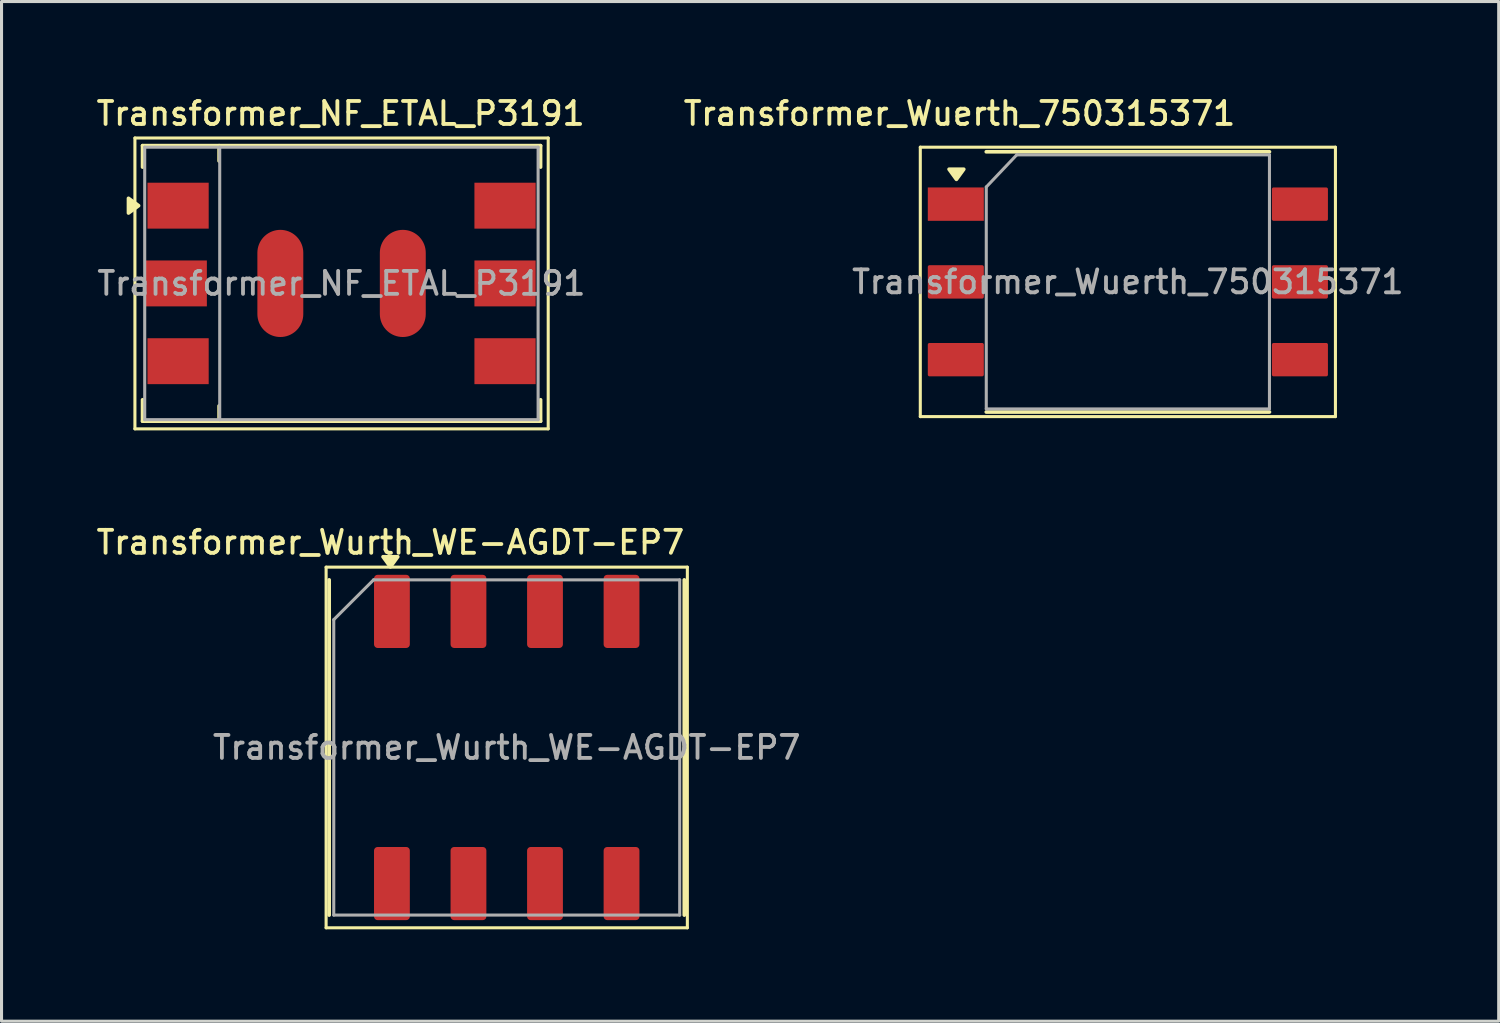
<source format=kicad_pcb>
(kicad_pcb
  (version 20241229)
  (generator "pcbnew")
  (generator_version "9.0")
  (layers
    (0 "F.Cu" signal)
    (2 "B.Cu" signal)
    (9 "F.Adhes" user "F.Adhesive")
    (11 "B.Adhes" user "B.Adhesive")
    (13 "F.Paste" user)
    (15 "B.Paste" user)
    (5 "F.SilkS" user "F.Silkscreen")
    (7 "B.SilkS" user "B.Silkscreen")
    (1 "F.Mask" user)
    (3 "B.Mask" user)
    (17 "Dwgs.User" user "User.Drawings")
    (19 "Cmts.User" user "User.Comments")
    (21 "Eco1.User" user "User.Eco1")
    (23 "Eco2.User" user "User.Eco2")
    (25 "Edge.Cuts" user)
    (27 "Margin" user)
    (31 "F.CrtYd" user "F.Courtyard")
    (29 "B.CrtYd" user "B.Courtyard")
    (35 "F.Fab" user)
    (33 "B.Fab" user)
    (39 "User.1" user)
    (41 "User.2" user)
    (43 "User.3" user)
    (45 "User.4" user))
  (footprint "Transformer_NF_ETAL_P3191"
    (layer "F.Cu")
    (at 8.077 6.208)
    (property "Reference" "Transformer_NF_ETAL_P3191" (at 0 -5.55 0) (layer "F.SilkS") (effects (font (size 0.75 0.75) (thickness 0.125))))
    (attr smd)
    (fp_line (start -6.72 -4.75) (end -6.72 4.75) (stroke (width 0.1) (type solid)) (layer "F.SilkS"))
    (fp_line (start -6.72 -4.75) (end 6.78 -4.75) (stroke (width 0.1) (type solid)) (layer "F.SilkS"))
    (fp_line (start -6.47 -4.5) (end -6.47 -3.8) (stroke (width 0.12) (type solid)) (layer "F.SilkS"))
    (fp_line (start -6.47 3.8) (end -6.47 4.5) (stroke (width 0.12) (type solid)) (layer "F.SilkS"))
    (fp_line (start -6.47 4.5) (end 6.53 4.5) (stroke (width 0.12) (type solid)) (layer "F.SilkS"))
    (fp_line (start -3.97 -4.5) (end -3.97 -4) (stroke (width 0.12) (type solid)) (layer "F.SilkS"))
    (fp_line (start -3.97 4.5) (end -3.97 4) (stroke (width 0.12) (type solid)) (layer "F.SilkS"))
    (fp_line (start 6.53 -4.5) (end -6.47 -4.5) (stroke (width 0.12) (type solid)) (layer "F.SilkS"))
    (fp_line (start 6.53 -4.5) (end 6.53 -3.8) (stroke (width 0.12) (type solid)) (layer "F.SilkS"))
    (fp_line (start 6.53 3.8) (end 6.53 4.5) (stroke (width 0.12) (type solid)) (layer "F.SilkS"))
    (fp_line (start 6.78 4.75) (end -6.72 4.75) (stroke (width 0.1) (type solid)) (layer "F.SilkS"))
    (fp_line (start 6.78 4.75) (end 6.78 -4.75) (stroke (width 0.1) (type solid)) (layer "F.SilkS"))
    (fp_poly (pts (xy -6.6 -2.54) (xy -6.93 -2.3) (xy -6.93 -2.78) (xy -6.6 -2.54)) (stroke (width 0.12) (type solid)) (fill yes) (layer "F.SilkS"))
    (fp_line (start -6.4 -4.45) (end -6.4 4.45) (stroke (width 0.1) (type solid)) (layer "F.Fab"))
    (fp_line (start -6.4 4.45) (end 6.45 4.45) (stroke (width 0.1) (type solid)) (layer "F.Fab"))
    (fp_line (start -3.95 -4.45) (end -3.95 4.45) (stroke (width 0.1) (type solid)) (layer "F.Fab"))
    (fp_line (start 6.45 -4.45) (end -6.4 -4.45) (stroke (width 0.1) (type solid)) (layer "F.Fab"))
    (fp_line (start 6.45 4.45) (end 6.45 -4.45) (stroke (width 0.1) (type solid)) (layer "F.Fab"))
    (fp_text user "${REFERENCE}" (at 0.025 0 0) (layer "F.Fab") (effects (font (size 0.75 0.75) (thickness 0.125))))
    (pad "1" smd rect (at -5.31 -2.54) (size 2 1.5) (layers "F.Cu" "F.Mask" "F.Paste"))
    (pad "2" smd rect (at -5.37 0) (size 2 1.5) (layers "F.Cu" "F.Mask" "F.Paste"))
    (pad "2" smd rect (at -5.31 2.54) (size 2 1.5) (layers "F.Cu" "F.Mask" "F.Paste"))
    (pad "3" smd rect (at 5.37 2.54) (size 2 1.5) (layers "F.Cu" "F.Mask" "F.Paste"))
    (pad "4" smd rect (at 5.37 0) (size 2 1.5) (layers "F.Cu" "F.Mask" "F.Paste"))
    (pad "5" smd rect (at 5.37 -2.54) (size 2 1.5) (layers "F.Cu" "F.Mask" "F.Paste"))
    (pad "7" smd oval (at -1.97 0 90) (size 3.5 1.5) (layers "F.Cu" "F.Mask" "F.Paste"))
    (pad "7" smd oval (at 2.03 0 90) (size 3.5 1.5) (layers "F.Cu" "F.Mask" "F.Paste")))
  (footprint "Transformer_Wurth_WE-AGDT-EP7"
    (layer "F.Cu")
    (at 13.502 21.366)
    (property "Reference" "Transformer_Wurth_WE-AGDT-EP7" (at -3.8 -6.7 0) (unlocked yes) (layer "F.SilkS") (effects (font (size 0.75 0.75) (thickness 0.125))))
    (attr smd)
    (fp_line (start -5.9 5.89) (end -5.9 -5.89) (stroke (width 0.1) (type default)) (layer "F.SilkS"))
    (fp_line (start -5.8 -5.475) (end -5.8 5.475) (stroke (width 0.12) (type default)) (layer "F.SilkS"))
    (fp_line (start 5.8 5.475) (end 5.8 -5.475) (stroke (width 0.12) (type default)) (layer "F.SilkS"))
    (fp_line (start 5.9 -5.89) (end -5.9 -5.89) (stroke (width 0.1) (type default)) (layer "F.SilkS"))
    (fp_line (start 5.9 5.89) (end -5.9 5.89) (stroke (width 0.1) (type default)) (layer "F.SilkS"))
    (fp_line (start 5.9 5.89) (end 5.9 -5.89) (stroke (width 0.1) (type default)) (layer "F.SilkS"))
    (fp_poly (pts (xy -3.8 -5.9) (xy -4.04 -6.23) (xy -3.56 -6.23) (xy -3.8 -5.9)) (stroke (width 0.12) (type solid)) (fill yes) (layer "F.SilkS"))
    (fp_line (start -5.65 5.475) (end -5.65 -4.175) (stroke (width 0.1) (type default)) (layer "F.Fab"))
    (fp_line (start -5.65 5.475) (end 5.65 5.475) (stroke (width 0.1) (type default)) (layer "F.Fab"))
    (fp_line (start -4.35 -5.475) (end -5.65 -4.175) (stroke (width 0.1) (type default)) (layer "F.Fab"))
    (fp_line (start -4.35 -5.475) (end 5.65 -5.475) (stroke (width 0.1) (type default)) (layer "F.Fab"))
    (fp_line (start 5.65 -5.475) (end 5.65 5.475) (stroke (width 0.1) (type default)) (layer "F.Fab"))
    (fp_text user "${REFERENCE}" (at 0 0 0) (unlocked yes) (layer "F.Fab") (effects (font (size 0.75 0.75) (thickness 0.125))))
    (pad "1" smd roundrect (at -3.75 -4.445) (size 1.17 2.39) (layers "F.Cu" "F.Mask" "F.Paste") (roundrect_rratio 0.1))
    (pad "2" smd roundrect (at -1.25 -4.445) (size 1.17 2.39) (layers "F.Cu" "F.Mask" "F.Paste") (roundrect_rratio 0.1))
    (pad "3" smd roundrect (at 1.25 -4.445) (size 1.17 2.39) (layers "F.Cu" "F.Mask" "F.Paste") (roundrect_rratio 0.1))
    (pad "4" smd roundrect (at 3.75 -4.445) (size 1.17 2.39) (layers "F.Cu" "F.Mask" "F.Paste") (roundrect_rratio 0.1))
    (pad "5" smd roundrect (at 3.75 4.445) (size 1.17 2.39) (layers "F.Cu" "F.Mask" "F.Paste") (roundrect_rratio 0.1))
    (pad "6" smd roundrect (at 1.25 4.445) (size 1.17 2.39) (layers "F.Cu" "F.Mask" "F.Paste") (roundrect_rratio 0.1))
    (pad "7" smd roundrect (at -1.25 4.445) (size 1.17 2.39) (layers "F.Cu" "F.Mask" "F.Paste") (roundrect_rratio 0.1))
    (pad "8" smd roundrect (at -3.75 4.445) (size 1.17 2.39) (layers "F.Cu" "F.Mask" "F.Paste") (roundrect_rratio 0.1)))
  (footprint "Transformer_Wuerth_750315371"
    (layer "F.Cu")
    (at 33.791 6.158)
    (property "Reference" "Transformer_Wuerth_750315371" (at -5.5 -5.5 0) (layer "F.SilkS") (effects (font (size 0.75 0.75) (thickness 0.125))))
    (attr smd)
    (fp_line (start -6.78 -4.4) (end 6.78 -4.4) (stroke (width 0.1) (type solid)) (layer "F.SilkS"))
    (fp_line (start -6.78 4.4) (end -6.78 -4.4) (stroke (width 0.1) (type solid)) (layer "F.SilkS"))
    (fp_line (start -4.625 -4.25) (end 4.625 -4.25) (stroke (width 0.12) (type solid)) (layer "F.SilkS"))
    (fp_line (start 4.625 4.25) (end -4.625 4.25) (stroke (width 0.12) (type solid)) (layer "F.SilkS"))
    (fp_line (start 6.78 -4.4) (end 6.78 4.4) (stroke (width 0.1) (type solid)) (layer "F.SilkS"))
    (fp_line (start 6.78 4.4) (end -6.78 4.4) (stroke (width 0.1) (type solid)) (layer "F.SilkS"))
    (fp_poly (pts (xy -5.6 -3.35) (xy -5.84 -3.68) (xy -5.36 -3.68) (xy -5.6 -3.35)) (stroke (width 0.12) (type solid)) (fill yes) (layer "F.SilkS"))
    (fp_line (start -4.625 -3.1) (end -3.63 -4.15) (stroke (width 0.1) (type solid)) (layer "F.Fab"))
    (fp_line (start -4.625 4.15) (end -4.625 -3.1) (stroke (width 0.1) (type solid)) (layer "F.Fab"))
    (fp_line (start -3.63 -4.15) (end 4.625 -4.15) (stroke (width 0.1) (type solid)) (layer "F.Fab"))
    (fp_line (start 4.625 -4.15) (end 4.625 4.15) (stroke (width 0.1) (type solid)) (layer "F.Fab"))
    (fp_line (start 4.625 4.15) (end -4.625 4.15) (stroke (width 0.1) (type solid)) (layer "F.Fab"))
    (fp_text user "${REFERENCE}" (at 0 0 0) (layer "F.Fab") (effects (font (size 0.75 0.75) (thickness 0.125))))
    (pad "1" smd rect (at -5.62 -2.54) (size 1.83 1.09) (layers "F.Cu" "F.Mask" "F.Paste"))
    (pad "2" smd roundrect (at -5.62 0) (size 1.83 1.09) (layers "F.Cu" "F.Mask" "F.Paste") (roundrect_rratio 0.05))
    (pad "3" smd roundrect (at -5.62 2.54) (size 1.83 1.09) (layers "F.Cu" "F.Mask" "F.Paste") (roundrect_rratio 0.05))
    (pad "4" smd roundrect (at 5.62 2.54) (size 1.83 1.09) (layers "F.Cu" "F.Mask" "F.Paste") (roundrect_rratio 0.05))
    (pad "5" smd roundrect (at 5.62 0) (size 1.83 1.09) (layers "F.Cu" "F.Mask" "F.Paste") (roundrect_rratio 0.05))
    (pad "6" smd roundrect (at 5.62 -2.54) (size 1.83 1.09) (layers "F.Cu" "F.Mask" "F.Paste") (roundrect_rratio 0.05)))
  (gr_rect
    (start -3 -3)
    (end 45.904 30.306)
    (stroke (width 0.1) (type default))
    (fill no)
    (layer "Edge.Cuts")))
</source>
